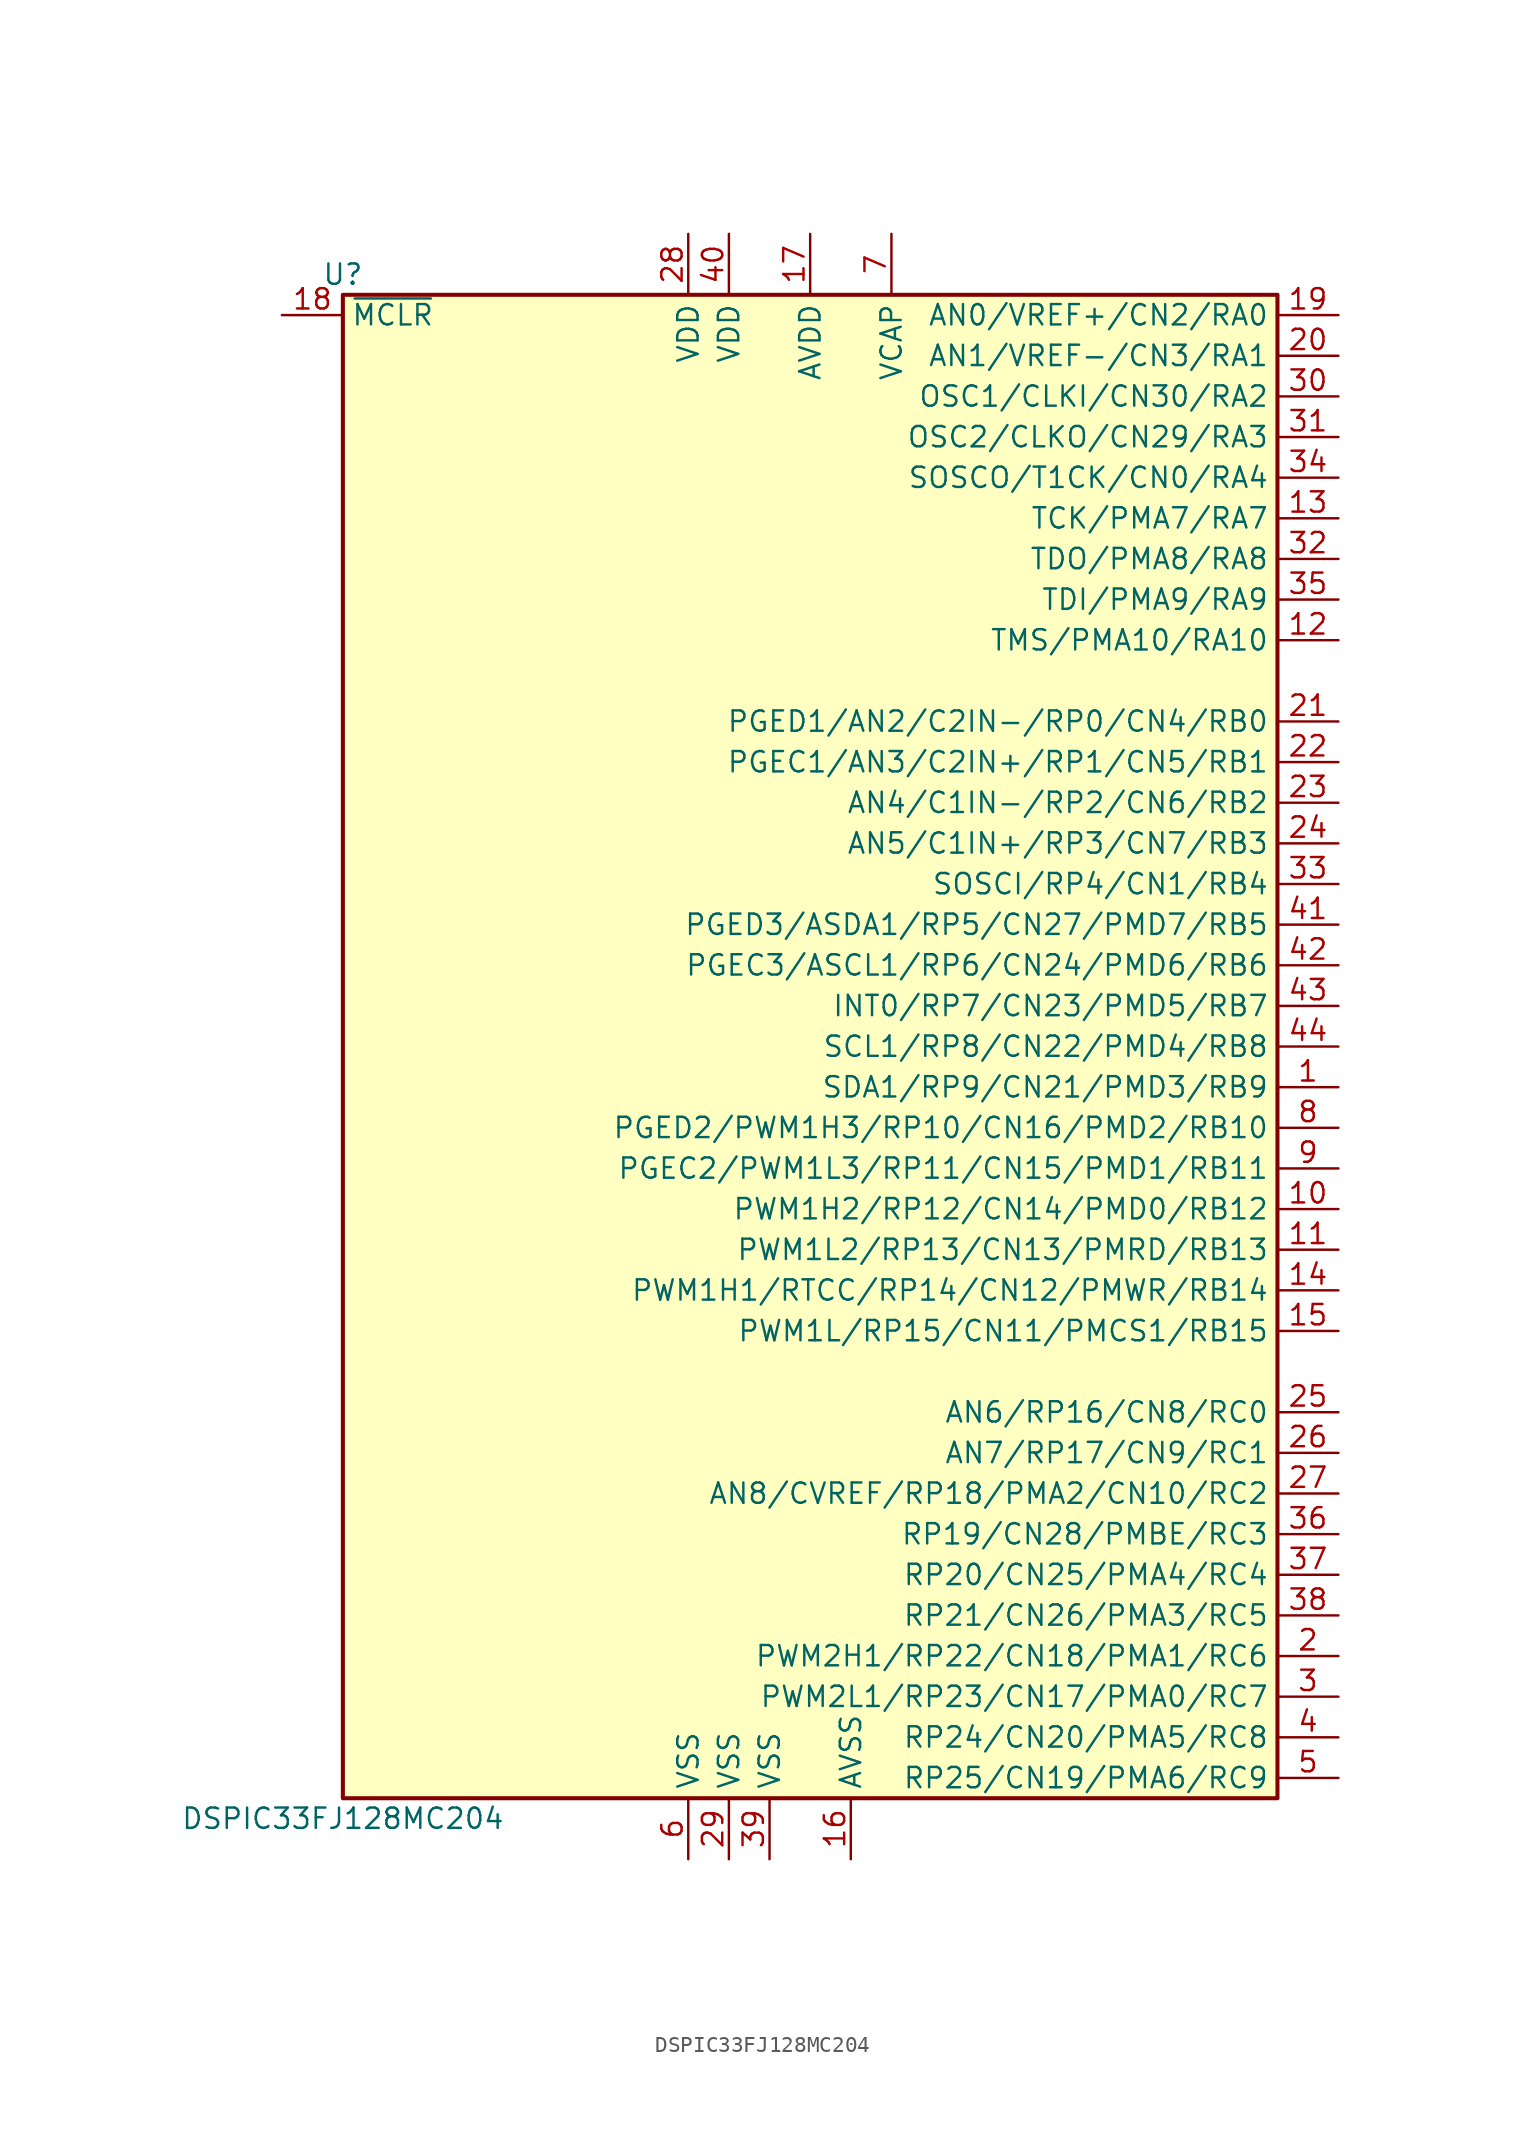
<source format=kicad_sym>
(kicad_symbol_lib
  (version 20201005)
  (generator kicad_symbol_editor)
  (symbol "DSP_Microchip_DSPIC33:DSPIC33FJ128MC204"
    (property "Reference" "U"
      (at -29.21 48.26 0)
      (effects (font (size 1.27 1.27))))
    (property "Value" "DSPIC33FJ128MC204"
      (at -29.21 -48.26 0)
      (effects (font (size 1.27 1.27))))
    (symbol "DSPIC33FJ128MC204_1_1"
      (rectangle (start -29.21 46.99) (end 29.21 -46.99) (stroke (width 0.254)) (fill (type background)))
      (pin bidirectional line (at 33.02 -2.54 180) (length 3.81) (name "SDA1/RP9/CN21/PMD3/RB9" (effects (font (size 1.27 1.27)))) (number "1" (effects (font (size 1.27 1.27)))))
      (pin bidirectional line (at 33.02 -10.16 180) (length 3.81) (name "PWM1H2/RP12/CN14/PMD0/RB12" (effects (font (size 1.27 1.27)))) (number "10" (effects (font (size 1.27 1.27)))))
      (pin bidirectional line (at 33.02 -12.7 180) (length 3.81) (name "PWM1L2/RP13/CN13/PMRD/RB13" (effects (font (size 1.27 1.27)))) (number "11" (effects (font (size 1.27 1.27)))))
      (pin bidirectional line (at 33.02 25.4 180) (length 3.81) (name "TMS/PMA10/RA10" (effects (font (size 1.27 1.27)))) (number "12" (effects (font (size 1.27 1.27)))))
      (pin bidirectional line (at 33.02 33.02 180) (length 3.81) (name "TCK/PMA7/RA7" (effects (font (size 1.27 1.27)))) (number "13" (effects (font (size 1.27 1.27)))))
      (pin bidirectional line (at 33.02 -15.24 180) (length 3.81) (name "PWM1H1/RTCC/RP14/CN12/PMWR/RB14" (effects (font (size 1.27 1.27)))) (number "14" (effects (font (size 1.27 1.27)))))
      (pin bidirectional line (at 33.02 -17.78 180) (length 3.81) (name "PWM1L/RP15/CN11/PMCS1/RB15" (effects (font (size 1.27 1.27)))) (number "15" (effects (font (size 1.27 1.27)))))
      (pin power_in line (at 2.54 -50.8 90) (length 3.81) (name "AVSS" (effects (font (size 1.27 1.27)))) (number "16" (effects (font (size 1.27 1.27)))))
      (pin power_in line (at 0 50.8 270) (length 3.81) (name "AVDD" (effects (font (size 1.27 1.27)))) (number "17" (effects (font (size 1.27 1.27)))))
      (pin input line (at -33.02 45.72 0) (length 3.81) (name "~MCLR" (effects (font (size 1.27 1.27)))) (number "18" (effects (font (size 1.27 1.27)))))
      (pin bidirectional line (at 33.02 45.72 180) (length 3.81) (name "AN0/VREF+/CN2/RA0" (effects (font (size 1.27 1.27)))) (number "19" (effects (font (size 1.27 1.27)))))
      (pin bidirectional line (at 33.02 -38.1 180) (length 3.81) (name "PWM2H1/RP22/CN18/PMA1/RC6" (effects (font (size 1.27 1.27)))) (number "2" (effects (font (size 1.27 1.27)))))
      (pin bidirectional line (at 33.02 43.18 180) (length 3.81) (name "AN1/VREF-/CN3/RA1" (effects (font (size 1.27 1.27)))) (number "20" (effects (font (size 1.27 1.27)))))
      (pin bidirectional line (at 33.02 20.32 180) (length 3.81) (name "PGED1/AN2/C2IN-/RP0/CN4/RB0" (effects (font (size 1.27 1.27)))) (number "21" (effects (font (size 1.27 1.27)))))
      (pin bidirectional line (at 33.02 17.78 180) (length 3.81) (name "PGEC1/AN3/C2IN+/RP1/CN5/RB1" (effects (font (size 1.27 1.27)))) (number "22" (effects (font (size 1.27 1.27)))))
      (pin bidirectional line (at 33.02 15.24 180) (length 3.81) (name "AN4/C1IN-/RP2/CN6/RB2" (effects (font (size 1.27 1.27)))) (number "23" (effects (font (size 1.27 1.27)))))
      (pin bidirectional line (at 33.02 12.7 180) (length 3.81) (name "AN5/C1IN+/RP3/CN7/RB3" (effects (font (size 1.27 1.27)))) (number "24" (effects (font (size 1.27 1.27)))))
      (pin bidirectional line (at 33.02 -22.86 180) (length 3.81) (name "AN6/RP16/CN8/RC0" (effects (font (size 1.27 1.27)))) (number "25" (effects (font (size 1.27 1.27)))))
      (pin bidirectional line (at 33.02 -25.4 180) (length 3.81) (name "AN7/RP17/CN9/RC1" (effects (font (size 1.27 1.27)))) (number "26" (effects (font (size 1.27 1.27)))))
      (pin bidirectional line (at 33.02 -27.94 180) (length 3.81) (name "AN8/CVREF/RP18/PMA2/CN10/RC2" (effects (font (size 1.27 1.27)))) (number "27" (effects (font (size 1.27 1.27)))))
      (pin power_in line (at -7.62 50.8 270) (length 3.81) (name "VDD" (effects (font (size 1.27 1.27)))) (number "28" (effects (font (size 1.27 1.27)))))
      (pin power_in line (at -5.08 -50.8 90) (length 3.81) (name "VSS" (effects (font (size 1.27 1.27)))) (number "29" (effects (font (size 1.27 1.27)))))
      (pin bidirectional line (at 33.02 -40.64 180) (length 3.81) (name "PWM2L1/RP23/CN17/PMA0/RC7" (effects (font (size 1.27 1.27)))) (number "3" (effects (font (size 1.27 1.27)))))
      (pin input line (at 33.02 40.64 180) (length 3.81) (name "OSC1/CLKI/CN30/RA2" (effects (font (size 1.27 1.27)))) (number "30" (effects (font (size 1.27 1.27)))))
      (pin input line (at 33.02 38.1 180) (length 3.81) (name "OSC2/CLKO/CN29/RA3" (effects (font (size 1.27 1.27)))) (number "31" (effects (font (size 1.27 1.27)))))
      (pin input line (at 33.02 30.48 180) (length 3.81) (name "TDO/PMA8/RA8" (effects (font (size 1.27 1.27)))) (number "32" (effects (font (size 1.27 1.27)))))
      (pin input line (at 33.02 10.16 180) (length 3.81) (name "SOSCI/RP4/CN1/RB4" (effects (font (size 1.27 1.27)))) (number "33" (effects (font (size 1.27 1.27)))))
      (pin input line (at 33.02 35.56 180) (length 3.81) (name "SOSCO/T1CK/CN0/RA4" (effects (font (size 1.27 1.27)))) (number "34" (effects (font (size 1.27 1.27)))))
      (pin input line (at 33.02 27.94 180) (length 3.81) (name "TDI/PMA9/RA9" (effects (font (size 1.27 1.27)))) (number "35" (effects (font (size 1.27 1.27)))))
      (pin input line (at 33.02 -30.48 180) (length 3.81) (name "RP19/CN28/PMBE/RC3" (effects (font (size 1.27 1.27)))) (number "36" (effects (font (size 1.27 1.27)))))
      (pin input line (at 33.02 -33.02 180) (length 3.81) (name "RP20/CN25/PMA4/RC4" (effects (font (size 1.27 1.27)))) (number "37" (effects (font (size 1.27 1.27)))))
      (pin input line (at 33.02 -35.56 180) (length 3.81) (name "RP21/CN26/PMA3/RC5" (effects (font (size 1.27 1.27)))) (number "38" (effects (font (size 1.27 1.27)))))
      (pin power_in line (at -2.54 -50.8 90) (length 3.81) (name "VSS" (effects (font (size 1.27 1.27)))) (number "39" (effects (font (size 1.27 1.27)))))
      (pin bidirectional line (at 33.02 -43.18 180) (length 3.81) (name "RP24/CN20/PMA5/RC8" (effects (font (size 1.27 1.27)))) (number "4" (effects (font (size 1.27 1.27)))))
      (pin power_in line (at -5.08 50.8 270) (length 3.81) (name "VDD" (effects (font (size 1.27 1.27)))) (number "40" (effects (font (size 1.27 1.27)))))
      (pin input line (at 33.02 7.62 180) (length 3.81) (name "PGED3/ASDA1/RP5/CN27/PMD7/RB5" (effects (font (size 1.27 1.27)))) (number "41" (effects (font (size 1.27 1.27)))))
      (pin input line (at 33.02 5.08 180) (length 3.81) (name "PGEC3/ASCL1/RP6/CN24/PMD6/RB6" (effects (font (size 1.27 1.27)))) (number "42" (effects (font (size 1.27 1.27)))))
      (pin input line (at 33.02 2.54 180) (length 3.81) (name "INT0/RP7/CN23/PMD5/RB7" (effects (font (size 1.27 1.27)))) (number "43" (effects (font (size 1.27 1.27)))))
      (pin input line (at 33.02 0 180) (length 3.81) (name "SCL1/RP8/CN22/PMD4/RB8" (effects (font (size 1.27 1.27)))) (number "44" (effects (font (size 1.27 1.27)))))
      (pin bidirectional line (at 33.02 -45.72 180) (length 3.81) (name "RP25/CN19/PMA6/RC9" (effects (font (size 1.27 1.27)))) (number "5" (effects (font (size 1.27 1.27)))))
      (pin power_in line (at -7.62 -50.8 90) (length 3.81) (name "VSS" (effects (font (size 1.27 1.27)))) (number "6" (effects (font (size 1.27 1.27)))))
      (pin power_in line (at 5.08 50.8 270) (length 3.81) (name "VCAP" (effects (font (size 1.27 1.27)))) (number "7" (effects (font (size 1.27 1.27)))))
      (pin bidirectional line (at 33.02 -5.08 180) (length 3.81) (name "PGED2/PWM1H3/RP10/CN16/PMD2/RB10" (effects (font (size 1.27 1.27)))) (number "8" (effects (font (size 1.27 1.27)))))
      (pin bidirectional line (at 33.02 -7.62 180) (length 3.81) (name "PGEC2/PWM1L3/RP11/CN15/PMD1/RB11" (effects (font (size 1.27 1.27)))) (number "9" (effects (font (size 1.27 1.27))))))))
</source>
